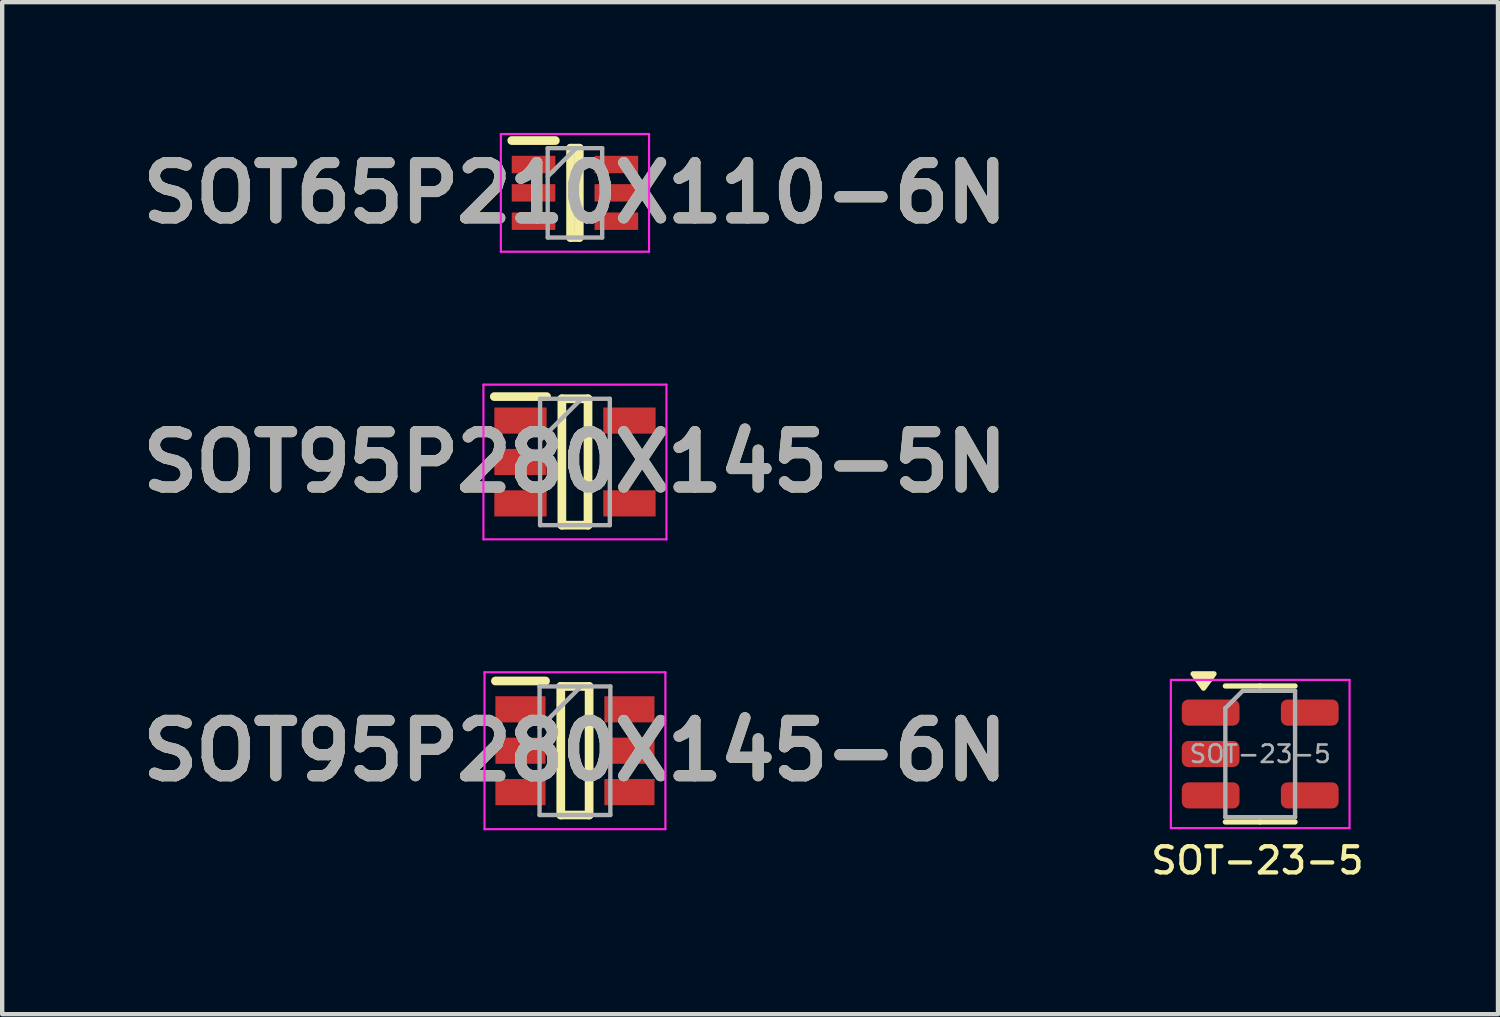
<source format=kicad_pcb>
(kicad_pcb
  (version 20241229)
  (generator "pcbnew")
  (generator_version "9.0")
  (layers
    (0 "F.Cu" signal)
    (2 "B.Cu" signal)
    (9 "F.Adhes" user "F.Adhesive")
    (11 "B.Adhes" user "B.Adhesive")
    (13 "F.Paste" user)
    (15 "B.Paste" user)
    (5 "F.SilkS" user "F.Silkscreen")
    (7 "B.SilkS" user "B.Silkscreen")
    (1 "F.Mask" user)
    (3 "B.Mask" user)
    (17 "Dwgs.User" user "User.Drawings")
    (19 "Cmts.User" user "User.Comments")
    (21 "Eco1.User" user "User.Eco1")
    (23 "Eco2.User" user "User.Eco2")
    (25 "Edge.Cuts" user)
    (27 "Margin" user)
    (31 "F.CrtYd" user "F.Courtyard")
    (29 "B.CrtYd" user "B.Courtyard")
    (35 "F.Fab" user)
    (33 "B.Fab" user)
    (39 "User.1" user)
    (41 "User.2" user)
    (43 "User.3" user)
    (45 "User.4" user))
  (footprint "SOT65P210X110-6N"
    (layer "F.Cu")
    (at 10.142 1.375)
    (property "Reference" "SOT65P210X110-6N" (at 0 0 0) (layer "F.SilkS") (effects (font (size 1.27 1.27) (thickness 0.254))))
    (attr smd)
    (fp_line (start -1.45 -1.2) (end -0.45 -1.2) (stroke (width 0.2) (type solid)) (layer "F.SilkS"))
    (fp_line (start -0.1 -1.025) (end 0.1 -1.025) (stroke (width 0.2) (type solid)) (layer "F.SilkS"))
    (fp_line (start -0.1 1.025) (end -0.1 -1.025) (stroke (width 0.2) (type solid)) (layer "F.SilkS"))
    (fp_line (start 0.1 -1.025) (end 0.1 1.025) (stroke (width 0.2) (type solid)) (layer "F.SilkS"))
    (fp_line (start 0.1 1.025) (end -0.1 1.025) (stroke (width 0.2) (type solid)) (layer "F.SilkS"))
    (fp_line (start -1.7 -1.35) (end 1.7 -1.35) (stroke (width 0.05) (type solid)) (layer "F.CrtYd"))
    (fp_line (start -1.7 1.35) (end -1.7 -1.35) (stroke (width 0.05) (type solid)) (layer "F.CrtYd"))
    (fp_line (start 1.7 -1.35) (end 1.7 1.35) (stroke (width 0.05) (type solid)) (layer "F.CrtYd"))
    (fp_line (start 1.7 1.35) (end -1.7 1.35) (stroke (width 0.05) (type solid)) (layer "F.CrtYd"))
    (fp_line (start -0.625 -1.025) (end 0.625 -1.025) (stroke (width 0.1) (type solid)) (layer "F.Fab"))
    (fp_line (start -0.625 -0.375) (end 0.025 -1.025) (stroke (width 0.1) (type solid)) (layer "F.Fab"))
    (fp_line (start -0.625 1.025) (end -0.625 -1.025) (stroke (width 0.1) (type solid)) (layer "F.Fab"))
    (fp_line (start 0.625 -1.025) (end 0.625 1.025) (stroke (width 0.1) (type solid)) (layer "F.Fab"))
    (fp_line (start 0.625 1.025) (end -0.625 1.025) (stroke (width 0.1) (type solid)) (layer "F.Fab"))
    (fp_text user "${REFERENCE}" (at 0 0 0) (layer "F.Fab") (effects (font (size 1.27 1.27) (thickness 0.254))))
    (pad "1" smd rect (at -0.95 -0.65 90) (size 0.4 1) (layers "F.Cu" "F.Mask" "F.Paste"))
    (pad "2" smd rect (at -0.95 0 90) (size 0.4 1) (layers "F.Cu" "F.Mask" "F.Paste"))
    (pad "3" smd rect (at -0.95 0.65 90) (size 0.4 1) (layers "F.Cu" "F.Mask" "F.Paste"))
    (pad "4" smd rect (at 0.95 0.65 90) (size 0.4 1) (layers "F.Cu" "F.Mask" "F.Paste"))
    (pad "5" smd rect (at 0.95 0 90) (size 0.4 1) (layers "F.Cu" "F.Mask" "F.Paste"))
    (pad "6" smd rect (at 0.95 -0.65 90) (size 0.4 1) (layers "F.Cu" "F.Mask" "F.Paste")))
  (footprint "SOT95P280X145-6N"
    (layer "F.Cu")
    (at 10.142 14.175)
    (property "Reference" "SOT95P280X145-6N" (at 0 0 0) (layer "F.SilkS") (effects (font (size 1.27 1.27) (thickness 0.254))))
    (attr smd)
    (fp_line (start -1.825 -1.6) (end -0.675 -1.6) (stroke (width 0.2) (type solid)) (layer "F.SilkS"))
    (fp_line (start -0.325 -1.475) (end 0.325 -1.475) (stroke (width 0.2) (type solid)) (layer "F.SilkS"))
    (fp_line (start -0.325 1.475) (end -0.325 -1.475) (stroke (width 0.2) (type solid)) (layer "F.SilkS"))
    (fp_line (start 0.325 -1.475) (end 0.325 1.475) (stroke (width 0.2) (type solid)) (layer "F.SilkS"))
    (fp_line (start 0.325 1.475) (end -0.325 1.475) (stroke (width 0.2) (type solid)) (layer "F.SilkS"))
    (fp_line (start -2.075 -1.8) (end 2.075 -1.8) (stroke (width 0.05) (type solid)) (layer "F.CrtYd"))
    (fp_line (start -2.075 1.8) (end -2.075 -1.8) (stroke (width 0.05) (type solid)) (layer "F.CrtYd"))
    (fp_line (start 2.075 -1.8) (end 2.075 1.8) (stroke (width 0.05) (type solid)) (layer "F.CrtYd"))
    (fp_line (start 2.075 1.8) (end -2.075 1.8) (stroke (width 0.05) (type solid)) (layer "F.CrtYd"))
    (fp_line (start -0.812 -1.475) (end 0.812 -1.475) (stroke (width 0.1) (type solid)) (layer "F.Fab"))
    (fp_line (start -0.812 -0.525) (end 0.138 -1.475) (stroke (width 0.1) (type solid)) (layer "F.Fab"))
    (fp_line (start -0.812 1.475) (end -0.812 -1.475) (stroke (width 0.1) (type solid)) (layer "F.Fab"))
    (fp_line (start 0.812 -1.475) (end 0.812 1.475) (stroke (width 0.1) (type solid)) (layer "F.Fab"))
    (fp_line (start 0.812 1.475) (end -0.812 1.475) (stroke (width 0.1) (type solid)) (layer "F.Fab"))
    (fp_text user "${REFERENCE}" (at 0 0 0) (layer "F.Fab") (effects (font (size 1.27 1.27) (thickness 0.254))))
    (pad "1" smd rect (at -1.25 -0.95 90) (size 0.6 1.15) (layers "F.Cu" "F.Mask" "F.Paste"))
    (pad "2" smd rect (at -1.25 0 90) (size 0.6 1.15) (layers "F.Cu" "F.Mask" "F.Paste"))
    (pad "3" smd rect (at -1.25 0.95 90) (size 0.6 1.15) (layers "F.Cu" "F.Mask" "F.Paste"))
    (pad "4" smd rect (at 1.25 0.95 90) (size 0.6 1.15) (layers "F.Cu" "F.Mask" "F.Paste"))
    (pad "5" smd rect (at 1.25 0 90) (size 0.6 1.15) (layers "F.Cu" "F.Mask" "F.Paste"))
    (pad "6" smd rect (at 1.25 -0.95 90) (size 0.6 1.15) (layers "F.Cu" "F.Mask" "F.Paste")))
  (footprint "SOT-23-5"
    (layer "F.Cu")
    (at 25.865 14.25)
    (property "Reference" "SOT-23-5" (at -0.063 2.444 0) (layer "F.SilkS") (effects (font (size 0.6 0.6) (thickness 0.1))))
    (attr smd)
    (fp_line (start 0 -1.56) (end -0.8 -1.56) (stroke (width 0.12) (type solid)) (layer "F.SilkS"))
    (fp_line (start 0 -1.56) (end 0.8 -1.56) (stroke (width 0.12) (type solid)) (layer "F.SilkS"))
    (fp_line (start 0 1.56) (end -0.8 1.56) (stroke (width 0.12) (type solid)) (layer "F.SilkS"))
    (fp_line (start 0 1.56) (end 0.8 1.56) (stroke (width 0.12) (type solid)) (layer "F.SilkS"))
    (fp_poly (pts (xy -1.3 -1.51) (xy -1.54 -1.84) (xy -1.06 -1.84) (xy -1.3 -1.51)) (stroke (width 0.12) (type solid)) (fill yes) (layer "F.SilkS"))
    (fp_line (start -2.05 -1.7) (end -2.05 1.7) (stroke (width 0.05) (type solid)) (layer "F.CrtYd"))
    (fp_line (start -2.05 1.7) (end 2.05 1.7) (stroke (width 0.05) (type solid)) (layer "F.CrtYd"))
    (fp_line (start 2.05 -1.7) (end -2.05 -1.7) (stroke (width 0.05) (type solid)) (layer "F.CrtYd"))
    (fp_line (start 2.05 1.7) (end 2.05 -1.7) (stroke (width 0.05) (type solid)) (layer "F.CrtYd"))
    (fp_line (start -0.8 -1.05) (end -0.4 -1.45) (stroke (width 0.1) (type solid)) (layer "F.Fab"))
    (fp_line (start -0.8 1.45) (end -0.8 -1.05) (stroke (width 0.1) (type solid)) (layer "F.Fab"))
    (fp_line (start -0.4 -1.45) (end 0.8 -1.45) (stroke (width 0.1) (type solid)) (layer "F.Fab"))
    (fp_line (start 0.8 -1.45) (end 0.8 1.45) (stroke (width 0.1) (type solid)) (layer "F.Fab"))
    (fp_line (start 0.8 1.45) (end -0.8 1.45) (stroke (width 0.1) (type solid)) (layer "F.Fab"))
    (fp_text user "${REFERENCE}" (at 0 0 0) (layer "F.Fab") (effects (font (size 0.4 0.4) (thickness 0.06))))
    (pad "1" smd roundrect (at -1.137 -0.95) (size 1.325 0.6) (layers "F.Cu" "F.Mask" "F.Paste") (roundrect_rratio 0.25))
    (pad "2" smd roundrect (at -1.137 0) (size 1.325 0.6) (layers "F.Cu" "F.Mask" "F.Paste") (roundrect_rratio 0.25))
    (pad "3" smd roundrect (at -1.137 0.95) (size 1.325 0.6) (layers "F.Cu" "F.Mask" "F.Paste") (roundrect_rratio 0.25))
    (pad "4" smd roundrect (at 1.137 0.95) (size 1.325 0.6) (layers "F.Cu" "F.Mask" "F.Paste") (roundrect_rratio 0.25))
    (pad "5" smd roundrect (at 1.137 -0.95) (size 1.325 0.6) (layers "F.Cu" "F.Mask" "F.Paste") (roundrect_rratio 0.25)))
  (footprint "SOT95P280X145-5N"
    (layer "F.Cu")
    (at 10.142 7.55)
    (property "Reference" "SOT95P280X145-5N" (at 0 0 0) (layer "F.SilkS") (effects (font (size 1.27 1.27) (thickness 0.254))))
    (attr smd)
    (fp_line (start -1.85 -1.5) (end -0.65 -1.5) (stroke (width 0.2) (type solid)) (layer "F.SilkS"))
    (fp_line (start -0.3 -1.45) (end 0.3 -1.45) (stroke (width 0.2) (type solid)) (layer "F.SilkS"))
    (fp_line (start -0.3 1.45) (end -0.3 -1.45) (stroke (width 0.2) (type solid)) (layer "F.SilkS"))
    (fp_line (start 0.3 -1.45) (end 0.3 1.45) (stroke (width 0.2) (type solid)) (layer "F.SilkS"))
    (fp_line (start 0.3 1.45) (end -0.3 1.45) (stroke (width 0.2) (type solid)) (layer "F.SilkS"))
    (fp_line (start -2.1 -1.775) (end 2.1 -1.775) (stroke (width 0.05) (type solid)) (layer "F.CrtYd"))
    (fp_line (start -2.1 1.775) (end -2.1 -1.775) (stroke (width 0.05) (type solid)) (layer "F.CrtYd"))
    (fp_line (start 2.1 -1.775) (end 2.1 1.775) (stroke (width 0.05) (type solid)) (layer "F.CrtYd"))
    (fp_line (start 2.1 1.775) (end -2.1 1.775) (stroke (width 0.05) (type solid)) (layer "F.CrtYd"))
    (fp_line (start -0.8 -1.45) (end 0.8 -1.45) (stroke (width 0.1) (type solid)) (layer "F.Fab"))
    (fp_line (start -0.8 -0.5) (end 0.15 -1.45) (stroke (width 0.1) (type solid)) (layer "F.Fab"))
    (fp_line (start -0.8 1.45) (end -0.8 -1.45) (stroke (width 0.1) (type solid)) (layer "F.Fab"))
    (fp_line (start 0.8 -1.45) (end 0.8 1.45) (stroke (width 0.1) (type solid)) (layer "F.Fab"))
    (fp_line (start 0.8 1.45) (end -0.8 1.45) (stroke (width 0.1) (type solid)) (layer "F.Fab"))
    (fp_text user "${REFERENCE}" (at 0 0 0) (layer "F.Fab") (effects (font (size 1.27 1.27) (thickness 0.254))))
    (pad "1" smd rect (at -1.25 -0.95 90) (size 0.6 1.2) (layers "F.Cu" "F.Mask" "F.Paste"))
    (pad "2" smd rect (at -1.25 0 90) (size 0.6 1.2) (layers "F.Cu" "F.Mask" "F.Paste"))
    (pad "3" smd rect (at -1.25 0.95 90) (size 0.6 1.2) (layers "F.Cu" "F.Mask" "F.Paste"))
    (pad "4" smd rect (at 1.25 0.95 90) (size 0.6 1.2) (layers "F.Cu" "F.Mask" "F.Paste"))
    (pad "5" smd rect (at 1.25 -0.95 90) (size 0.6 1.2) (layers "F.Cu" "F.Mask" "F.Paste")))
  (gr_rect
    (start -3 -3)
    (end 31.321 20.22)
    (stroke (width 0.1) (type default))
    (fill no)
    (layer "Edge.Cuts")))
</source>
